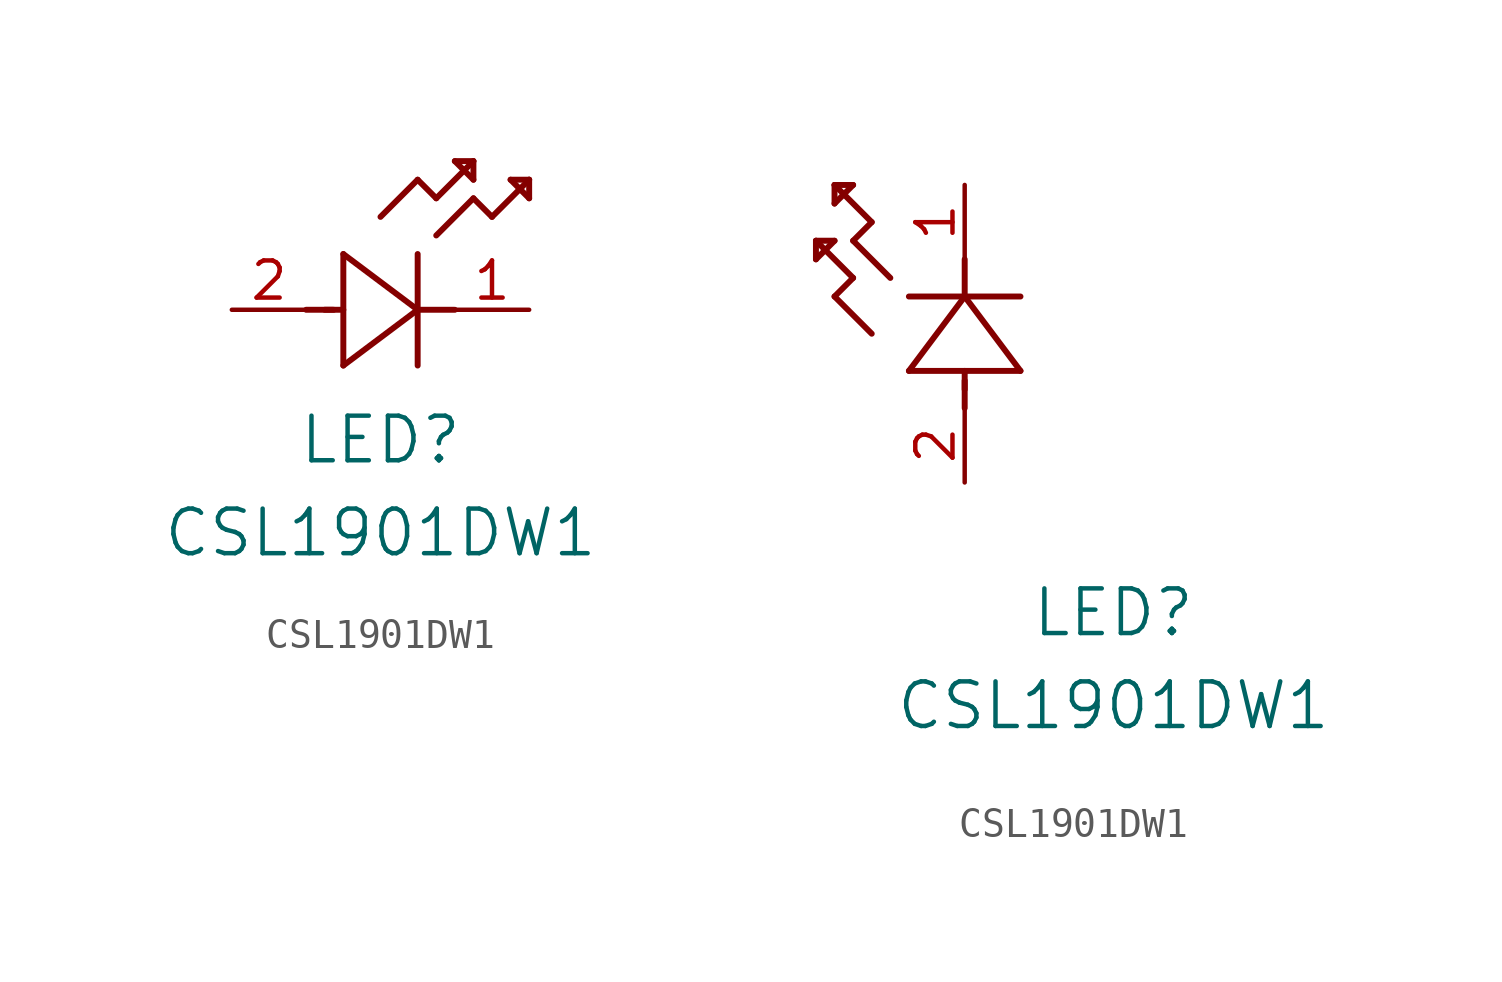
<source format=kicad_sym>
(kicad_symbol_lib
  (version 20220914)
  (generator kicad_symbol_editor)
  (symbol "CSL1901DW1"
    (pin_names
      (offset 0.254))
    (property "Reference" "LED"
      (at 5.08 -4.445 0)
      (effects (font (size 1.524 1.524))))
    (property "Value" "CSL1901DW1"
      (at 5.08 -7.62 0)
      (effects (font (size 1.524 1.524))))
    (property "ki_locked" ""
      (at 0 0 0)
      (effects (font (size 1.27 1.27))))
    (symbol "CSL1901DW1_1_1"
      (polyline (pts (xy 2.54 0) (xy 3.48 0)) (stroke (width 0.203) (type default)) (fill (type none)))
      (polyline (pts (xy 3.175 0) (xy 3.81 0)) (stroke (width 0.203) (type default)) (fill (type none)))
      (polyline (pts (xy 3.81 -1.905) (xy 6.35 0)) (stroke (width 0.203) (type default)) (fill (type none)))
      (polyline (pts (xy 3.81 1.905) (xy 3.81 -1.905)) (stroke (width 0.203) (type default)) (fill (type none)))
      (polyline (pts (xy 5.08 3.175) (xy 6.35 4.445)) (stroke (width 0.203) (type default)) (fill (type none)))
      (polyline (pts (xy 6.35 -1.905) (xy 6.35 1.905)) (stroke (width 0.203) (type default)) (fill (type none)))
      (polyline (pts (xy 6.35 0) (xy 3.81 1.905)) (stroke (width 0.203) (type default)) (fill (type none)))
      (polyline (pts (xy 6.35 0) (xy 7.62 0)) (stroke (width 0.203) (type default)) (fill (type none)))
      (polyline (pts (xy 6.35 4.445) (xy 6.985 3.81)) (stroke (width 0.203) (type default)) (fill (type none)))
      (polyline (pts (xy 6.985 2.54) (xy 8.255 3.81)) (stroke (width 0.203) (type default)) (fill (type none)))
      (polyline (pts (xy 6.985 3.81) (xy 8.255 5.08)) (stroke (width 0.203) (type default)) (fill (type none)))
      (polyline (pts (xy 7.62 5.08) (xy 8.255 4.445)) (stroke (width 0.203) (type default)) (fill (type none)))
      (polyline (pts (xy 8.255 3.81) (xy 8.89 3.175)) (stroke (width 0.203) (type default)) (fill (type none)))
      (polyline (pts (xy 8.255 4.445) (xy 8.255 5.08)) (stroke (width 0.203) (type default)) (fill (type none)))
      (polyline (pts (xy 8.255 5.08) (xy 7.62 5.08)) (stroke (width 0.203) (type default)) (fill (type none)))
      (polyline (pts (xy 8.89 3.175) (xy 10.16 4.445)) (stroke (width 0.203) (type default)) (fill (type none)))
      (polyline (pts (xy 9.525 4.445) (xy 10.16 3.81)) (stroke (width 0.203) (type default)) (fill (type none)))
      (polyline (pts (xy 10.16 3.81) (xy 10.16 4.445)) (stroke (width 0.203) (type default)) (fill (type none)))
      (polyline (pts (xy 10.16 4.445) (xy 9.525 4.445)) (stroke (width 0.203) (type default)) (fill (type none)))
      (pin unspecified line (at 10.16 0 180) (length 2.54) (name "" (effects (font (size 1.27 1.27)))) (number "1" (effects (font (size 1.27 1.27)))))
      (pin unspecified line (at 0 0 0) (length 2.54) (name "" (effects (font (size 1.27 1.27)))) (number "2" (effects (font (size 1.27 1.27))))))
    (symbol "CSL1901DW1_1_2"
      (polyline (pts (xy -5.08 7.62) (xy -4.445 8.255)) (stroke (width 0.203) (type default)) (fill (type none)))
      (polyline (pts (xy -5.08 8.255) (xy -5.08 7.62)) (stroke (width 0.203) (type default)) (fill (type none)))
      (polyline (pts (xy -4.445 6.35) (xy -3.81 6.985)) (stroke (width 0.203) (type default)) (fill (type none)))
      (polyline (pts (xy -4.445 8.255) (xy -5.08 8.255)) (stroke (width 0.203) (type default)) (fill (type none)))
      (polyline (pts (xy -4.445 9.525) (xy -3.81 10.16)) (stroke (width 0.203) (type default)) (fill (type none)))
      (polyline (pts (xy -4.445 10.16) (xy -4.445 9.525)) (stroke (width 0.203) (type default)) (fill (type none)))
      (polyline (pts (xy -3.81 6.985) (xy -5.08 8.255)) (stroke (width 0.203) (type default)) (fill (type none)))
      (polyline (pts (xy -3.81 8.255) (xy -3.175 8.89)) (stroke (width 0.203) (type default)) (fill (type none)))
      (polyline (pts (xy -3.81 10.16) (xy -4.445 10.16)) (stroke (width 0.203) (type default)) (fill (type none)))
      (polyline (pts (xy -3.175 5.08) (xy -4.445 6.35)) (stroke (width 0.203) (type default)) (fill (type none)))
      (polyline (pts (xy -3.175 8.89) (xy -4.445 10.16)) (stroke (width 0.203) (type default)) (fill (type none)))
      (polyline (pts (xy -2.54 6.985) (xy -3.81 8.255)) (stroke (width 0.203) (type default)) (fill (type none)))
      (polyline (pts (xy -1.905 3.81) (xy 1.905 3.81)) (stroke (width 0.203) (type default)) (fill (type none)))
      (polyline (pts (xy 0 2.54) (xy 0 3.48)) (stroke (width 0.203) (type default)) (fill (type none)))
      (polyline (pts (xy 0 3.175) (xy 0 3.81)) (stroke (width 0.203) (type default)) (fill (type none)))
      (polyline (pts (xy 0 6.35) (xy -1.905 3.81)) (stroke (width 0.203) (type default)) (fill (type none)))
      (polyline (pts (xy 0 6.35) (xy 0 7.62)) (stroke (width 0.203) (type default)) (fill (type none)))
      (polyline (pts (xy 1.905 3.81) (xy 0 6.35)) (stroke (width 0.203) (type default)) (fill (type none)))
      (polyline (pts (xy 1.905 6.35) (xy -1.905 6.35)) (stroke (width 0.203) (type default)) (fill (type none)))
      (pin unspecified line (at 0 10.16 270) (length 2.54) (name "" (effects (font (size 1.27 1.27)))) (number "1" (effects (font (size 1.27 1.27)))))
      (pin unspecified line (at 0 0 90) (length 2.54) (name "" (effects (font (size 1.27 1.27)))) (number "2" (effects (font (size 1.27 1.27))))))))
</source>
